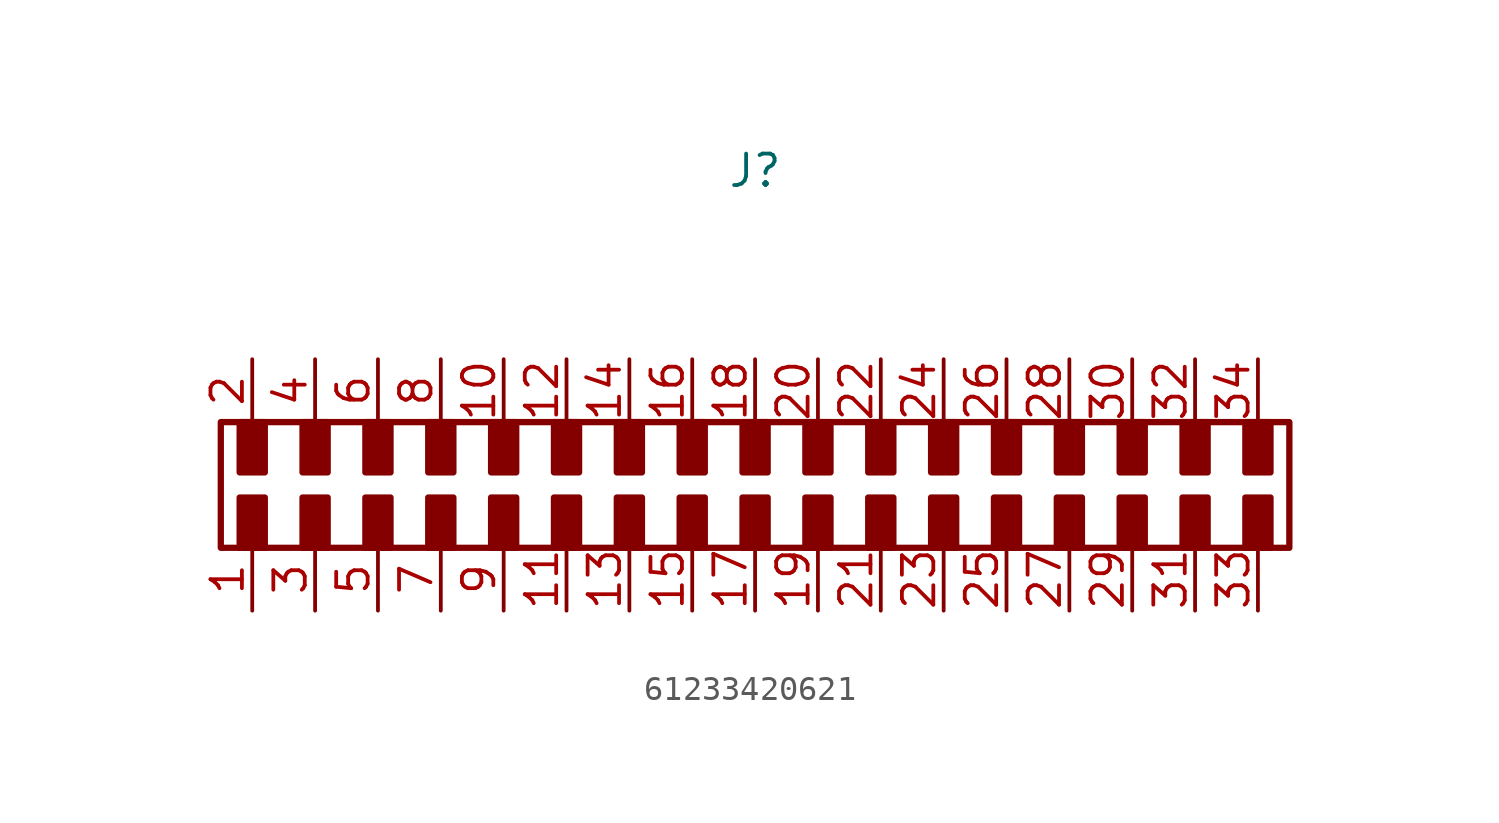
<source format=kicad_sym>
(kicad_symbol_lib
  (version 20241209)
  (generator "kicad_symbol_editor")
  (generator_version "9.0")
  (symbol "61233420621"
    (pin_names
      (hide yes))
    (property "Reference" "J"
      (at 0 12.7 0)
      (effects (font (size 1.27 1.27))))
    (symbol "61233420621_1_1"
      (rectangle (start -21.59 2.54) (end 21.59 -2.54) (stroke (width 0.254) (type solid)) (fill (type none)))
      (rectangle (start -20.828 2.54) (end -19.812 0.508) (stroke (width 0.254) (type solid)) (fill (type outline)))
      (rectangle (start -20.828 -0.508) (end -19.812 -2.54) (stroke (width 0.254) (type solid)) (fill (type outline)))
      (rectangle (start -18.288 2.54) (end -17.272 0.508) (stroke (width 0.254) (type solid)) (fill (type outline)))
      (rectangle (start -18.288 -0.508) (end -17.272 -2.54) (stroke (width 0.254) (type solid)) (fill (type outline)))
      (rectangle (start -15.748 2.54) (end -14.732 0.508) (stroke (width 0.254) (type solid)) (fill (type outline)))
      (rectangle (start -15.748 -0.508) (end -14.732 -2.54) (stroke (width 0.254) (type solid)) (fill (type outline)))
      (rectangle (start -13.208 2.54) (end -12.192 0.508) (stroke (width 0.254) (type solid)) (fill (type outline)))
      (rectangle (start -13.208 -0.508) (end -12.192 -2.54) (stroke (width 0.254) (type solid)) (fill (type outline)))
      (rectangle (start -10.668 2.54) (end -9.652 0.508) (stroke (width 0.254) (type solid)) (fill (type outline)))
      (rectangle (start -10.668 -0.508) (end -9.652 -2.54) (stroke (width 0.254) (type solid)) (fill (type outline)))
      (rectangle (start -8.128 2.54) (end -7.112 0.508) (stroke (width 0.254) (type solid)) (fill (type outline)))
      (rectangle (start -8.128 -0.508) (end -7.112 -2.54) (stroke (width 0.254) (type solid)) (fill (type outline)))
      (rectangle (start -5.588 2.54) (end -4.572 0.508) (stroke (width 0.254) (type solid)) (fill (type outline)))
      (rectangle (start -5.588 -0.508) (end -4.572 -2.54) (stroke (width 0.254) (type solid)) (fill (type outline)))
      (rectangle (start -3.048 2.54) (end -2.032 0.508) (stroke (width 0.254) (type solid)) (fill (type outline)))
      (rectangle (start -3.048 -0.508) (end -2.032 -2.54) (stroke (width 0.254) (type solid)) (fill (type outline)))
      (rectangle (start -0.508 2.54) (end 0.508 0.508) (stroke (width 0.254) (type solid)) (fill (type outline)))
      (rectangle (start -0.508 -0.508) (end 0.508 -2.54) (stroke (width 0.254) (type solid)) (fill (type outline)))
      (rectangle (start 2.032 2.54) (end 3.048 0.508) (stroke (width 0.254) (type solid)) (fill (type outline)))
      (rectangle (start 2.032 -0.508) (end 3.048 -2.54) (stroke (width 0.254) (type solid)) (fill (type outline)))
      (rectangle (start 4.572 2.54) (end 5.588 0.508) (stroke (width 0.254) (type solid)) (fill (type outline)))
      (rectangle (start 4.572 -0.508) (end 5.588 -2.54) (stroke (width 0.254) (type solid)) (fill (type outline)))
      (rectangle (start 7.112 2.54) (end 8.128 0.508) (stroke (width 0.254) (type solid)) (fill (type outline)))
      (rectangle (start 7.112 -0.508) (end 8.128 -2.54) (stroke (width 0.254) (type solid)) (fill (type outline)))
      (rectangle (start 9.652 2.54) (end 10.668 0.508) (stroke (width 0.254) (type solid)) (fill (type outline)))
      (rectangle (start 9.652 -0.508) (end 10.668 -2.54) (stroke (width 0.254) (type solid)) (fill (type outline)))
      (rectangle (start 12.192 2.54) (end 13.208 0.508) (stroke (width 0.254) (type solid)) (fill (type outline)))
      (rectangle (start 12.192 -0.508) (end 13.208 -2.54) (stroke (width 0.254) (type solid)) (fill (type outline)))
      (rectangle (start 14.732 2.54) (end 15.748 0.508) (stroke (width 0.254) (type solid)) (fill (type outline)))
      (rectangle (start 14.732 -0.508) (end 15.748 -2.54) (stroke (width 0.254) (type solid)) (fill (type outline)))
      (rectangle (start 17.272 2.54) (end 18.288 0.508) (stroke (width 0.254) (type solid)) (fill (type outline)))
      (rectangle (start 17.272 -0.508) (end 18.288 -2.54) (stroke (width 0.254) (type solid)) (fill (type outline)))
      (rectangle (start 19.812 2.54) (end 20.828 0.508) (stroke (width 0.254) (type solid)) (fill (type outline)))
      (rectangle (start 19.812 -0.508) (end 20.828 -2.54) (stroke (width 0.254) (type solid)) (fill (type outline)))
      (pin passive line (at -20.32 5.08 270) (length 2.54) (name "2" (effects (font (size 1.27 1.27)))) (number "2" (effects (font (size 1.27 1.27)))))
      (pin passive line (at -20.32 -5.08 90) (length 2.54) (name "1" (effects (font (size 1.27 1.27)))) (number "1" (effects (font (size 1.27 1.27)))))
      (pin passive line (at -17.78 5.08 270) (length 2.54) (name "4" (effects (font (size 1.27 1.27)))) (number "4" (effects (font (size 1.27 1.27)))))
      (pin passive line (at -17.78 -5.08 90) (length 2.54) (name "3" (effects (font (size 1.27 1.27)))) (number "3" (effects (font (size 1.27 1.27)))))
      (pin passive line (at -15.24 5.08 270) (length 2.54) (name "6" (effects (font (size 1.27 1.27)))) (number "6" (effects (font (size 1.27 1.27)))))
      (pin passive line (at -15.24 -5.08 90) (length 2.54) (name "5" (effects (font (size 1.27 1.27)))) (number "5" (effects (font (size 1.27 1.27)))))
      (pin passive line (at -12.7 5.08 270) (length 2.54) (name "8" (effects (font (size 1.27 1.27)))) (number "8" (effects (font (size 1.27 1.27)))))
      (pin passive line (at -12.7 -5.08 90) (length 2.54) (name "7" (effects (font (size 1.27 1.27)))) (number "7" (effects (font (size 1.27 1.27)))))
      (pin passive line (at -10.16 5.08 270) (length 2.54) (name "10" (effects (font (size 1.27 1.27)))) (number "10" (effects (font (size 1.27 1.27)))))
      (pin passive line (at -10.16 -5.08 90) (length 2.54) (name "9" (effects (font (size 1.27 1.27)))) (number "9" (effects (font (size 1.27 1.27)))))
      (pin passive line (at -7.62 5.08 270) (length 2.54) (name "12" (effects (font (size 1.27 1.27)))) (number "12" (effects (font (size 1.27 1.27)))))
      (pin passive line (at -7.62 -5.08 90) (length 2.54) (name "11" (effects (font (size 1.27 1.27)))) (number "11" (effects (font (size 1.27 1.27)))))
      (pin passive line (at -5.08 5.08 270) (length 2.54) (name "14" (effects (font (size 1.27 1.27)))) (number "14" (effects (font (size 1.27 1.27)))))
      (pin passive line (at -5.08 -5.08 90) (length 2.54) (name "13" (effects (font (size 1.27 1.27)))) (number "13" (effects (font (size 1.27 1.27)))))
      (pin passive line (at -2.54 5.08 270) (length 2.54) (name "16" (effects (font (size 1.27 1.27)))) (number "16" (effects (font (size 1.27 1.27)))))
      (pin passive line (at -2.54 -5.08 90) (length 2.54) (name "15" (effects (font (size 1.27 1.27)))) (number "15" (effects (font (size 1.27 1.27)))))
      (pin passive line (at 0 5.08 270) (length 2.54) (name "18" (effects (font (size 1.27 1.27)))) (number "18" (effects (font (size 1.27 1.27)))))
      (pin passive line (at 0 -5.08 90) (length 2.54) (name "17" (effects (font (size 1.27 1.27)))) (number "17" (effects (font (size 1.27 1.27)))))
      (pin passive line (at 2.54 5.08 270) (length 2.54) (name "20" (effects (font (size 1.27 1.27)))) (number "20" (effects (font (size 1.27 1.27)))))
      (pin passive line (at 2.54 -5.08 90) (length 2.54) (name "19" (effects (font (size 1.27 1.27)))) (number "19" (effects (font (size 1.27 1.27)))))
      (pin passive line (at 5.08 5.08 270) (length 2.54) (name "22" (effects (font (size 1.27 1.27)))) (number "22" (effects (font (size 1.27 1.27)))))
      (pin passive line (at 5.08 -5.08 90) (length 2.54) (name "21" (effects (font (size 1.27 1.27)))) (number "21" (effects (font (size 1.27 1.27)))))
      (pin passive line (at 7.62 5.08 270) (length 2.54) (name "24" (effects (font (size 1.27 1.27)))) (number "24" (effects (font (size 1.27 1.27)))))
      (pin passive line (at 7.62 -5.08 90) (length 2.54) (name "23" (effects (font (size 1.27 1.27)))) (number "23" (effects (font (size 1.27 1.27)))))
      (pin passive line (at 10.16 5.08 270) (length 2.54) (name "26" (effects (font (size 1.27 1.27)))) (number "26" (effects (font (size 1.27 1.27)))))
      (pin passive line (at 10.16 -5.08 90) (length 2.54) (name "25" (effects (font (size 1.27 1.27)))) (number "25" (effects (font (size 1.27 1.27)))))
      (pin passive line (at 12.7 5.08 270) (length 2.54) (name "28" (effects (font (size 1.27 1.27)))) (number "28" (effects (font (size 1.27 1.27)))))
      (pin passive line (at 12.7 -5.08 90) (length 2.54) (name "27" (effects (font (size 1.27 1.27)))) (number "27" (effects (font (size 1.27 1.27)))))
      (pin passive line (at 15.24 5.08 270) (length 2.54) (name "30" (effects (font (size 1.27 1.27)))) (number "30" (effects (font (size 1.27 1.27)))))
      (pin passive line (at 15.24 -5.08 90) (length 2.54) (name "29" (effects (font (size 1.27 1.27)))) (number "29" (effects (font (size 1.27 1.27)))))
      (pin passive line (at 17.78 5.08 270) (length 2.54) (name "32" (effects (font (size 1.27 1.27)))) (number "32" (effects (font (size 1.27 1.27)))))
      (pin passive line (at 17.78 -5.08 90) (length 2.54) (name "31" (effects (font (size 1.27 1.27)))) (number "31" (effects (font (size 1.27 1.27)))))
      (pin passive line (at 20.32 5.08 270) (length 2.54) (name "34" (effects (font (size 1.27 1.27)))) (number "34" (effects (font (size 1.27 1.27)))))
      (pin passive line (at 20.32 -5.08 90) (length 2.54) (name "33" (effects (font (size 1.27 1.27)))) (number "33" (effects (font (size 1.27 1.27))))))))
</source>
